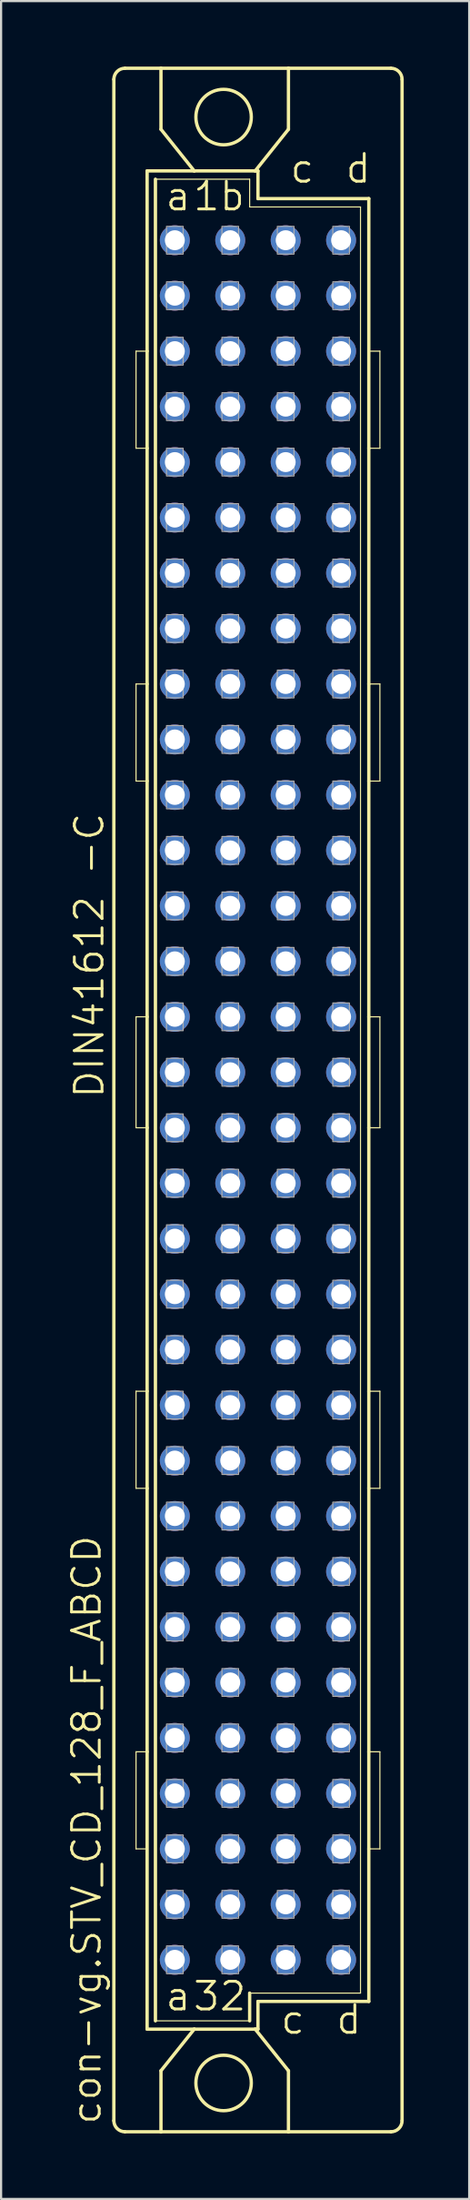
<source format=kicad_pcb>
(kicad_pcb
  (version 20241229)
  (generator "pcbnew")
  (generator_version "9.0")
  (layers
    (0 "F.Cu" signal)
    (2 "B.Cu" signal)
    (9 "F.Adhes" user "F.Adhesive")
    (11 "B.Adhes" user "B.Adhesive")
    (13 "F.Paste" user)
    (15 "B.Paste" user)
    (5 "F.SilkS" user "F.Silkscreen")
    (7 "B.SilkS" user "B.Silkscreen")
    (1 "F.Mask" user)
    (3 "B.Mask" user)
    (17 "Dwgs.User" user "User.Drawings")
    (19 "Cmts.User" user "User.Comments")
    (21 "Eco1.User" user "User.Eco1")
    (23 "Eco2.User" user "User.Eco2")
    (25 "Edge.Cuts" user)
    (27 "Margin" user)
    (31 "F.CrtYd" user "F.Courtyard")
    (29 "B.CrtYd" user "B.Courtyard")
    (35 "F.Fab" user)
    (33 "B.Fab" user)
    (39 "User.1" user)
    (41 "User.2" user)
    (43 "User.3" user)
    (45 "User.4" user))
  (footprint "con-vg.STV_CD_128_F_ABCD"
    (layer "F.Cu")
    (at 7.502 47.32)
    (property "Reference" "con-vg.STV_CD_128_F_ABCD" (at -5.842 46.99 90) (layer "F.SilkS") (effects (font (size 1.27 1.27) (thickness 0.13)) (justify left bottom)))
    (attr through_hole)
    (fp_line (start -5.334 46.736) (end -5.334 -46.736) (stroke (width 0.152) (type default)) (layer "F.SilkS"))
    (fp_line (start -4.826 -47.244) (end -3.175 -47.244) (stroke (width 0.152) (type default)) (layer "F.SilkS"))
    (fp_line (start -4.826 47.244) (end -3.175 47.244) (stroke (width 0.152) (type default)) (layer "F.SilkS"))
    (fp_line (start -4.318 -29.845) (end -4.318 -34.29) (stroke (width 0.051) (type default)) (layer "F.SilkS"))
    (fp_line (start -4.318 -29.845) (end -3.81 -29.845) (stroke (width 0.051) (type default)) (layer "F.SilkS"))
    (fp_line (start -4.318 -14.605) (end -4.318 -19.05) (stroke (width 0.051) (type default)) (layer "F.SilkS"))
    (fp_line (start -4.318 -14.605) (end -3.81 -14.605) (stroke (width 0.051) (type default)) (layer "F.SilkS"))
    (fp_line (start -4.318 1.27) (end -4.318 -3.81) (stroke (width 0.051) (type default)) (layer "F.SilkS"))
    (fp_line (start -4.318 1.27) (end -3.81 1.27) (stroke (width 0.051) (type default)) (layer "F.SilkS"))
    (fp_line (start -4.318 17.78) (end -4.318 13.335) (stroke (width 0.051) (type default)) (layer "F.SilkS"))
    (fp_line (start -4.318 17.78) (end -3.81 17.78) (stroke (width 0.051) (type default)) (layer "F.SilkS"))
    (fp_line (start -4.318 34.29) (end -4.318 29.845) (stroke (width 0.051) (type default)) (layer "F.SilkS"))
    (fp_line (start -4.318 34.29) (end -3.81 34.29) (stroke (width 0.051) (type default)) (layer "F.SilkS"))
    (fp_line (start -3.81 -42.545) (end -3.81 -34.29) (stroke (width 0.152) (type default)) (layer "F.SilkS"))
    (fp_line (start -3.81 -34.29) (end -4.318 -34.29) (stroke (width 0.051) (type default)) (layer "F.SilkS"))
    (fp_line (start -3.81 -34.29) (end -3.81 -29.845) (stroke (width 0.152) (type default)) (layer "F.SilkS"))
    (fp_line (start -3.81 -29.845) (end -3.81 -19.05) (stroke (width 0.152) (type default)) (layer "F.SilkS"))
    (fp_line (start -3.81 -19.05) (end -4.318 -19.05) (stroke (width 0.051) (type default)) (layer "F.SilkS"))
    (fp_line (start -3.81 -19.05) (end -3.81 -14.605) (stroke (width 0.152) (type default)) (layer "F.SilkS"))
    (fp_line (start -3.81 -14.605) (end -3.81 -3.81) (stroke (width 0.152) (type default)) (layer "F.SilkS"))
    (fp_line (start -3.81 -3.81) (end -4.318 -3.81) (stroke (width 0.051) (type default)) (layer "F.SilkS"))
    (fp_line (start -3.81 -3.81) (end -3.81 1.27) (stroke (width 0.152) (type default)) (layer "F.SilkS"))
    (fp_line (start -3.81 1.27) (end -3.81 13.335) (stroke (width 0.152) (type default)) (layer "F.SilkS"))
    (fp_line (start -3.81 13.335) (end -4.318 13.335) (stroke (width 0.051) (type default)) (layer "F.SilkS"))
    (fp_line (start -3.81 13.335) (end -3.81 17.78) (stroke (width 0.152) (type default)) (layer "F.SilkS"))
    (fp_line (start -3.81 17.78) (end -3.81 29.845) (stroke (width 0.152) (type default)) (layer "F.SilkS"))
    (fp_line (start -3.81 29.845) (end -4.318 29.845) (stroke (width 0.051) (type default)) (layer "F.SilkS"))
    (fp_line (start -3.81 29.845) (end -3.81 42.545) (stroke (width 0.152) (type default)) (layer "F.SilkS"))
    (fp_line (start -3.81 42.545) (end -1.651 42.545) (stroke (width 0.152) (type default)) (layer "F.SilkS"))
    (fp_line (start -3.429 -42.164) (end -3.429 42.164) (stroke (width 0.152) (type default)) (layer "F.SilkS"))
    (fp_line (start -3.429 -42.164) (end 0.889 -42.164) (stroke (width 0.051) (type default)) (layer "F.SilkS"))
    (fp_line (start -3.429 42.164) (end 0.889 42.164) (stroke (width 0.051) (type default)) (layer "F.SilkS"))
    (fp_line (start -3.175 -47.244) (end -3.175 -44.45) (stroke (width 0.152) (type default)) (layer "F.SilkS"))
    (fp_line (start -3.175 47.244) (end -3.175 44.45) (stroke (width 0.152) (type default)) (layer "F.SilkS"))
    (fp_line (start -3.175 47.244) (end 2.667 47.244) (stroke (width 0.152) (type default)) (layer "F.SilkS"))
    (fp_line (start -1.651 -42.545) (end -3.81 -42.545) (stroke (width 0.152) (type default)) (layer "F.SilkS"))
    (fp_line (start -1.651 -42.545) (end -3.175 -44.45) (stroke (width 0.152) (type default)) (layer "F.SilkS"))
    (fp_line (start -1.651 42.545) (end -3.175 44.45) (stroke (width 0.152) (type default)) (layer "F.SilkS"))
    (fp_line (start -1.651 42.545) (end 1.143 42.545) (stroke (width 0.152) (type default)) (layer "F.SilkS"))
    (fp_line (start 0.889 -42.164) (end 0.889 -40.894) (stroke (width 0.051) (type default)) (layer "F.SilkS"))
    (fp_line (start 0.889 -40.894) (end 5.969 -40.894) (stroke (width 0.051) (type default)) (layer "F.SilkS"))
    (fp_line (start 0.889 40.894) (end 5.969 40.894) (stroke (width 0.051) (type default)) (layer "F.SilkS"))
    (fp_line (start 0.889 42.164) (end 0.889 40.894) (stroke (width 0.152) (type default)) (layer "F.SilkS"))
    (fp_line (start 1.143 -42.545) (end -1.651 -42.545) (stroke (width 0.152) (type default)) (layer "F.SilkS"))
    (fp_line (start 1.143 -42.545) (end 2.667 -44.45) (stroke (width 0.152) (type default)) (layer "F.SilkS"))
    (fp_line (start 1.143 42.545) (end 1.27 42.545) (stroke (width 0.152) (type default)) (layer "F.SilkS"))
    (fp_line (start 1.143 42.545) (end 2.667 44.45) (stroke (width 0.152) (type default)) (layer "F.SilkS"))
    (fp_line (start 1.27 -42.545) (end 1.143 -42.545) (stroke (width 0.152) (type default)) (layer "F.SilkS"))
    (fp_line (start 1.27 -41.275) (end 1.27 -42.545) (stroke (width 0.152) (type default)) (layer "F.SilkS"))
    (fp_line (start 1.27 41.275) (end 6.35 41.275) (stroke (width 0.152) (type default)) (layer "F.SilkS"))
    (fp_line (start 1.27 42.545) (end 1.27 41.275) (stroke (width 0.152) (type default)) (layer "F.SilkS"))
    (fp_line (start 2.667 -47.244) (end -3.175 -47.244) (stroke (width 0.152) (type default)) (layer "F.SilkS"))
    (fp_line (start 2.667 -47.244) (end 2.667 -44.45) (stroke (width 0.152) (type default)) (layer "F.SilkS"))
    (fp_line (start 2.667 47.244) (end 2.667 44.45) (stroke (width 0.152) (type default)) (layer "F.SilkS"))
    (fp_line (start 2.667 47.244) (end 7.366 47.244) (stroke (width 0.152) (type default)) (layer "F.SilkS"))
    (fp_line (start 5.969 -40.894) (end 5.969 40.894) (stroke (width 0.051) (type default)) (layer "F.SilkS"))
    (fp_line (start 6.35 -41.275) (end 1.27 -41.275) (stroke (width 0.152) (type default)) (layer "F.SilkS"))
    (fp_line (start 6.35 -29.845) (end 6.35 -41.275) (stroke (width 0.152) (type default)) (layer "F.SilkS"))
    (fp_line (start 6.35 -29.845) (end 6.858 -29.845) (stroke (width 0.051) (type default)) (layer "F.SilkS"))
    (fp_line (start 6.35 -19.05) (end 6.35 -29.845) (stroke (width 0.152) (type default)) (layer "F.SilkS"))
    (fp_line (start 6.35 -14.605) (end 6.35 -19.05) (stroke (width 0.152) (type default)) (layer "F.SilkS"))
    (fp_line (start 6.35 -14.605) (end 6.858 -14.605) (stroke (width 0.051) (type default)) (layer "F.SilkS"))
    (fp_line (start 6.35 -3.81) (end 6.35 -14.605) (stroke (width 0.152) (type default)) (layer "F.SilkS"))
    (fp_line (start 6.35 1.27) (end 6.35 -3.81) (stroke (width 0.152) (type default)) (layer "F.SilkS"))
    (fp_line (start 6.35 1.27) (end 6.858 1.27) (stroke (width 0.051) (type default)) (layer "F.SilkS"))
    (fp_line (start 6.35 13.335) (end 6.35 1.27) (stroke (width 0.152) (type default)) (layer "F.SilkS"))
    (fp_line (start 6.35 17.78) (end 6.35 13.335) (stroke (width 0.152) (type default)) (layer "F.SilkS"))
    (fp_line (start 6.35 17.78) (end 6.858 17.78) (stroke (width 0.051) (type default)) (layer "F.SilkS"))
    (fp_line (start 6.35 29.845) (end 6.35 17.78) (stroke (width 0.152) (type default)) (layer "F.SilkS"))
    (fp_line (start 6.35 34.29) (end 6.35 29.845) (stroke (width 0.152) (type default)) (layer "F.SilkS"))
    (fp_line (start 6.35 34.29) (end 6.858 34.29) (stroke (width 0.051) (type default)) (layer "F.SilkS"))
    (fp_line (start 6.35 41.275) (end 6.35 34.29) (stroke (width 0.152) (type default)) (layer "F.SilkS"))
    (fp_line (start 6.858 -34.29) (end 6.35 -34.29) (stroke (width 0.051) (type default)) (layer "F.SilkS"))
    (fp_line (start 6.858 -34.29) (end 6.858 -29.845) (stroke (width 0.051) (type default)) (layer "F.SilkS"))
    (fp_line (start 6.858 -19.05) (end 6.35 -19.05) (stroke (width 0.051) (type default)) (layer "F.SilkS"))
    (fp_line (start 6.858 -19.05) (end 6.858 -14.605) (stroke (width 0.051) (type default)) (layer "F.SilkS"))
    (fp_line (start 6.858 -3.81) (end 6.35 -3.81) (stroke (width 0.051) (type default)) (layer "F.SilkS"))
    (fp_line (start 6.858 -3.81) (end 6.858 1.27) (stroke (width 0.051) (type default)) (layer "F.SilkS"))
    (fp_line (start 6.858 13.335) (end 6.35 13.335) (stroke (width 0.051) (type default)) (layer "F.SilkS"))
    (fp_line (start 6.858 13.335) (end 6.858 17.78) (stroke (width 0.051) (type default)) (layer "F.SilkS"))
    (fp_line (start 6.858 29.845) (end 6.35 29.845) (stroke (width 0.051) (type default)) (layer "F.SilkS"))
    (fp_line (start 6.858 29.845) (end 6.858 34.29) (stroke (width 0.051) (type default)) (layer "F.SilkS"))
    (fp_line (start 7.366 -47.244) (end 2.667 -47.244) (stroke (width 0.152) (type default)) (layer "F.SilkS"))
    (fp_line (start 7.874 46.736) (end 7.874 -46.736) (stroke (width 0.152) (type default)) (layer "F.SilkS"))
    (fp_arc (start -5.334 -46.736) (mid -5.18521 -47.09521) (end -4.826 -47.244) (stroke (width 0.1524) (type default)) (layer "F.SilkS"))
    (fp_arc (start -4.826 47.244) (mid -5.18521 47.09521) (end -5.334 46.736) (stroke (width 0.1524) (type default)) (layer "F.SilkS"))
    (fp_arc (start 7.366 -47.244) (mid 7.72521 -47.09521) (end 7.874 -46.736) (stroke (width 0.1524) (type default)) (layer "F.SilkS"))
    (fp_arc (start 7.874 46.736) (mid 7.72521 47.09521) (end 7.366 47.244) (stroke (width 0.1524) (type default)) (layer "F.SilkS"))
    (fp_circle (center -0.305 -45.009) (end 0.965 -45.009) (stroke (width 0.152) (type default)) (fill no) (layer "F.SilkS"))
    (fp_circle (center -0.305 45.009) (end 0.965 45.009) (stroke (width 0.152) (type default)) (fill no) (layer "F.SilkS"))
    (fp_rect (start -2.921 -38.735) (end -2.159 -40.005) (stroke (width 0.05) (type default)) (fill no) (layer "F.Fab"))
    (fp_rect (start -2.921 -36.195) (end -2.159 -37.465) (stroke (width 0.05) (type default)) (fill no) (layer "F.Fab"))
    (fp_rect (start -2.921 -33.655) (end -2.159 -34.925) (stroke (width 0.05) (type default)) (fill no) (layer "F.Fab"))
    (fp_rect (start -2.921 -31.115) (end -2.159 -32.385) (stroke (width 0.05) (type default)) (fill no) (layer "F.Fab"))
    (fp_rect (start -2.921 -28.575) (end -2.159 -29.845) (stroke (width 0.05) (type default)) (fill no) (layer "F.Fab"))
    (fp_rect (start -2.921 -26.035) (end -2.159 -27.305) (stroke (width 0.05) (type default)) (fill no) (layer "F.Fab"))
    (fp_rect (start -2.921 -23.495) (end -2.159 -24.765) (stroke (width 0.05) (type default)) (fill no) (layer "F.Fab"))
    (fp_rect (start -2.921 -20.955) (end -2.159 -22.225) (stroke (width 0.05) (type default)) (fill no) (layer "F.Fab"))
    (fp_rect (start -2.921 -18.415) (end -2.159 -19.685) (stroke (width 0.05) (type default)) (fill no) (layer "F.Fab"))
    (fp_rect (start -2.921 -15.875) (end -2.159 -17.145) (stroke (width 0.05) (type default)) (fill no) (layer "F.Fab"))
    (fp_rect (start -2.921 -13.335) (end -2.159 -14.605) (stroke (width 0.05) (type default)) (fill no) (layer "F.Fab"))
    (fp_rect (start -2.921 -10.795) (end -2.159 -12.065) (stroke (width 0.05) (type default)) (fill no) (layer "F.Fab"))
    (fp_rect (start -2.921 -8.255) (end -2.159 -9.525) (stroke (width 0.05) (type default)) (fill no) (layer "F.Fab"))
    (fp_rect (start -2.921 -5.715) (end -2.159 -6.985) (stroke (width 0.05) (type default)) (fill no) (layer "F.Fab"))
    (fp_rect (start -2.921 -3.175) (end -2.159 -4.445) (stroke (width 0.05) (type default)) (fill no) (layer "F.Fab"))
    (fp_rect (start -2.921 -0.635) (end -2.159 -1.905) (stroke (width 0.05) (type default)) (fill no) (layer "F.Fab"))
    (fp_rect (start -2.921 1.905) (end -2.159 0.635) (stroke (width 0.05) (type default)) (fill no) (layer "F.Fab"))
    (fp_rect (start -2.921 4.445) (end -2.159 3.175) (stroke (width 0.05) (type default)) (fill no) (layer "F.Fab"))
    (fp_rect (start -2.921 6.985) (end -2.159 5.715) (stroke (width 0.05) (type default)) (fill no) (layer "F.Fab"))
    (fp_rect (start -2.921 9.525) (end -2.159 8.255) (stroke (width 0.05) (type default)) (fill no) (layer "F.Fab"))
    (fp_rect (start -2.921 12.065) (end -2.159 10.795) (stroke (width 0.05) (type default)) (fill no) (layer "F.Fab"))
    (fp_rect (start -2.921 14.605) (end -2.159 13.335) (stroke (width 0.05) (type default)) (fill no) (layer "F.Fab"))
    (fp_rect (start -2.921 17.145) (end -2.159 15.875) (stroke (width 0.05) (type default)) (fill no) (layer "F.Fab"))
    (fp_rect (start -2.921 19.685) (end -2.159 18.415) (stroke (width 0.05) (type default)) (fill no) (layer "F.Fab"))
    (fp_rect (start -2.921 22.225) (end -2.159 20.955) (stroke (width 0.05) (type default)) (fill no) (layer "F.Fab"))
    (fp_rect (start -2.921 24.765) (end -2.159 23.495) (stroke (width 0.05) (type default)) (fill no) (layer "F.Fab"))
    (fp_rect (start -2.921 27.305) (end -2.159 26.035) (stroke (width 0.05) (type default)) (fill no) (layer "F.Fab"))
    (fp_rect (start -2.921 29.845) (end -2.159 28.575) (stroke (width 0.05) (type default)) (fill no) (layer "F.Fab"))
    (fp_rect (start -2.921 32.385) (end -2.159 31.115) (stroke (width 0.05) (type default)) (fill no) (layer "F.Fab"))
    (fp_rect (start -2.921 34.925) (end -2.159 33.655) (stroke (width 0.05) (type default)) (fill no) (layer "F.Fab"))
    (fp_rect (start -2.921 37.465) (end -2.159 36.195) (stroke (width 0.05) (type default)) (fill no) (layer "F.Fab"))
    (fp_rect (start -2.921 40.005) (end -2.159 38.735) (stroke (width 0.05) (type default)) (fill no) (layer "F.Fab"))
    (fp_rect (start -0.381 -38.735) (end 0.381 -40.005) (stroke (width 0.05) (type default)) (fill no) (layer "F.Fab"))
    (fp_rect (start -0.381 -36.195) (end 0.381 -37.465) (stroke (width 0.05) (type default)) (fill no) (layer "F.Fab"))
    (fp_rect (start -0.381 -33.655) (end 0.381 -34.925) (stroke (width 0.05) (type default)) (fill no) (layer "F.Fab"))
    (fp_rect (start -0.381 -31.115) (end 0.381 -32.385) (stroke (width 0.05) (type default)) (fill no) (layer "F.Fab"))
    (fp_rect (start -0.381 -28.575) (end 0.381 -29.845) (stroke (width 0.05) (type default)) (fill no) (layer "F.Fab"))
    (fp_rect (start -0.381 -26.035) (end 0.381 -27.305) (stroke (width 0.05) (type default)) (fill no) (layer "F.Fab"))
    (fp_rect (start -0.381 -23.495) (end 0.381 -24.765) (stroke (width 0.05) (type default)) (fill no) (layer "F.Fab"))
    (fp_rect (start -0.381 -20.955) (end 0.381 -22.225) (stroke (width 0.05) (type default)) (fill no) (layer "F.Fab"))
    (fp_rect (start -0.381 -18.415) (end 0.381 -19.685) (stroke (width 0.05) (type default)) (fill no) (layer "F.Fab"))
    (fp_rect (start -0.381 -15.875) (end 0.381 -17.145) (stroke (width 0.05) (type default)) (fill no) (layer "F.Fab"))
    (fp_rect (start -0.381 -13.335) (end 0.381 -14.605) (stroke (width 0.05) (type default)) (fill no) (layer "F.Fab"))
    (fp_rect (start -0.381 -10.795) (end 0.381 -12.065) (stroke (width 0.05) (type default)) (fill no) (layer "F.Fab"))
    (fp_rect (start -0.381 -8.255) (end 0.381 -9.525) (stroke (width 0.05) (type default)) (fill no) (layer "F.Fab"))
    (fp_rect (start -0.381 -5.715) (end 0.381 -6.985) (stroke (width 0.05) (type default)) (fill no) (layer "F.Fab"))
    (fp_rect (start -0.381 -3.175) (end 0.381 -4.445) (stroke (width 0.05) (type default)) (fill no) (layer "F.Fab"))
    (fp_rect (start -0.381 -0.635) (end 0.381 -1.905) (stroke (width 0.05) (type default)) (fill no) (layer "F.Fab"))
    (fp_rect (start -0.381 1.905) (end 0.381 0.635) (stroke (width 0.05) (type default)) (fill no) (layer "F.Fab"))
    (fp_rect (start -0.381 4.445) (end 0.381 3.175) (stroke (width 0.05) (type default)) (fill no) (layer "F.Fab"))
    (fp_rect (start -0.381 6.985) (end 0.381 5.715) (stroke (width 0.05) (type default)) (fill no) (layer "F.Fab"))
    (fp_rect (start -0.381 9.525) (end 0.381 8.255) (stroke (width 0.05) (type default)) (fill no) (layer "F.Fab"))
    (fp_rect (start -0.381 12.065) (end 0.381 10.795) (stroke (width 0.05) (type default)) (fill no) (layer "F.Fab"))
    (fp_rect (start -0.381 14.605) (end 0.381 13.335) (stroke (width 0.05) (type default)) (fill no) (layer "F.Fab"))
    (fp_rect (start -0.381 17.145) (end 0.381 15.875) (stroke (width 0.05) (type default)) (fill no) (layer "F.Fab"))
    (fp_rect (start -0.381 19.685) (end 0.381 18.415) (stroke (width 0.05) (type default)) (fill no) (layer "F.Fab"))
    (fp_rect (start -0.381 22.225) (end 0.381 20.955) (stroke (width 0.05) (type default)) (fill no) (layer "F.Fab"))
    (fp_rect (start -0.381 24.765) (end 0.381 23.495) (stroke (width 0.05) (type default)) (fill no) (layer "F.Fab"))
    (fp_rect (start -0.381 27.305) (end 0.381 26.035) (stroke (width 0.05) (type default)) (fill no) (layer "F.Fab"))
    (fp_rect (start -0.381 29.845) (end 0.381 28.575) (stroke (width 0.05) (type default)) (fill no) (layer "F.Fab"))
    (fp_rect (start -0.381 32.385) (end 0.381 31.115) (stroke (width 0.05) (type default)) (fill no) (layer "F.Fab"))
    (fp_rect (start -0.381 34.925) (end 0.381 33.655) (stroke (width 0.05) (type default)) (fill no) (layer "F.Fab"))
    (fp_rect (start -0.381 37.465) (end 0.381 36.195) (stroke (width 0.05) (type default)) (fill no) (layer "F.Fab"))
    (fp_rect (start -0.381 40.005) (end 0.381 38.735) (stroke (width 0.05) (type default)) (fill no) (layer "F.Fab"))
    (fp_rect (start 2.159 -38.735) (end 2.921 -40.005) (stroke (width 0.05) (type default)) (fill no) (layer "F.Fab"))
    (fp_rect (start 2.159 -36.195) (end 2.921 -37.465) (stroke (width 0.05) (type default)) (fill no) (layer "F.Fab"))
    (fp_rect (start 2.159 -33.655) (end 2.921 -34.925) (stroke (width 0.05) (type default)) (fill no) (layer "F.Fab"))
    (fp_rect (start 2.159 -31.115) (end 2.921 -32.385) (stroke (width 0.05) (type default)) (fill no) (layer "F.Fab"))
    (fp_rect (start 2.159 -28.575) (end 2.921 -29.845) (stroke (width 0.05) (type default)) (fill no) (layer "F.Fab"))
    (fp_rect (start 2.159 -26.035) (end 2.921 -27.305) (stroke (width 0.05) (type default)) (fill no) (layer "F.Fab"))
    (fp_rect (start 2.159 -23.495) (end 2.921 -24.765) (stroke (width 0.05) (type default)) (fill no) (layer "F.Fab"))
    (fp_rect (start 2.159 -20.955) (end 2.921 -22.225) (stroke (width 0.05) (type default)) (fill no) (layer "F.Fab"))
    (fp_rect (start 2.159 -18.415) (end 2.921 -19.685) (stroke (width 0.05) (type default)) (fill no) (layer "F.Fab"))
    (fp_rect (start 2.159 -15.875) (end 2.921 -17.145) (stroke (width 0.05) (type default)) (fill no) (layer "F.Fab"))
    (fp_rect (start 2.159 -13.335) (end 2.921 -14.605) (stroke (width 0.05) (type default)) (fill no) (layer "F.Fab"))
    (fp_rect (start 2.159 -10.795) (end 2.921 -12.065) (stroke (width 0.05) (type default)) (fill no) (layer "F.Fab"))
    (fp_rect (start 2.159 -8.255) (end 2.921 -9.525) (stroke (width 0.05) (type default)) (fill no) (layer "F.Fab"))
    (fp_rect (start 2.159 -5.715) (end 2.921 -6.985) (stroke (width 0.05) (type default)) (fill no) (layer "F.Fab"))
    (fp_rect (start 2.159 -3.175) (end 2.921 -4.445) (stroke (width 0.05) (type default)) (fill no) (layer "F.Fab"))
    (fp_rect (start 2.159 -0.635) (end 2.921 -1.905) (stroke (width 0.05) (type default)) (fill no) (layer "F.Fab"))
    (fp_rect (start 2.159 1.905) (end 2.921 0.635) (stroke (width 0.05) (type default)) (fill no) (layer "F.Fab"))
    (fp_rect (start 2.159 4.445) (end 2.921 3.175) (stroke (width 0.05) (type default)) (fill no) (layer "F.Fab"))
    (fp_rect (start 2.159 6.985) (end 2.921 5.715) (stroke (width 0.05) (type default)) (fill no) (layer "F.Fab"))
    (fp_rect (start 2.159 9.525) (end 2.921 8.255) (stroke (width 0.05) (type default)) (fill no) (layer "F.Fab"))
    (fp_rect (start 2.159 12.065) (end 2.921 10.795) (stroke (width 0.05) (type default)) (fill no) (layer "F.Fab"))
    (fp_rect (start 2.159 14.605) (end 2.921 13.335) (stroke (width 0.05) (type default)) (fill no) (layer "F.Fab"))
    (fp_rect (start 2.159 17.145) (end 2.921 15.875) (stroke (width 0.05) (type default)) (fill no) (layer "F.Fab"))
    (fp_rect (start 2.159 19.685) (end 2.921 18.415) (stroke (width 0.05) (type default)) (fill no) (layer "F.Fab"))
    (fp_rect (start 2.159 22.225) (end 2.921 20.955) (stroke (width 0.05) (type default)) (fill no) (layer "F.Fab"))
    (fp_rect (start 2.159 24.765) (end 2.921 23.495) (stroke (width 0.05) (type default)) (fill no) (layer "F.Fab"))
    (fp_rect (start 2.159 27.305) (end 2.921 26.035) (stroke (width 0.05) (type default)) (fill no) (layer "F.Fab"))
    (fp_rect (start 2.159 29.845) (end 2.921 28.575) (stroke (width 0.05) (type default)) (fill no) (layer "F.Fab"))
    (fp_rect (start 2.159 32.385) (end 2.921 31.115) (stroke (width 0.05) (type default)) (fill no) (layer "F.Fab"))
    (fp_rect (start 2.159 34.925) (end 2.921 33.655) (stroke (width 0.05) (type default)) (fill no) (layer "F.Fab"))
    (fp_rect (start 2.159 37.465) (end 2.921 36.195) (stroke (width 0.05) (type default)) (fill no) (layer "F.Fab"))
    (fp_rect (start 2.159 40.005) (end 2.921 38.735) (stroke (width 0.05) (type default)) (fill no) (layer "F.Fab"))
    (fp_rect (start 4.699 -38.735) (end 5.461 -40.005) (stroke (width 0.05) (type default)) (fill no) (layer "F.Fab"))
    (fp_rect (start 4.699 -36.195) (end 5.461 -37.465) (stroke (width 0.05) (type default)) (fill no) (layer "F.Fab"))
    (fp_rect (start 4.699 -33.655) (end 5.461 -34.925) (stroke (width 0.05) (type default)) (fill no) (layer "F.Fab"))
    (fp_rect (start 4.699 -31.115) (end 5.461 -32.385) (stroke (width 0.05) (type default)) (fill no) (layer "F.Fab"))
    (fp_rect (start 4.699 -28.575) (end 5.461 -29.845) (stroke (width 0.05) (type default)) (fill no) (layer "F.Fab"))
    (fp_rect (start 4.699 -26.035) (end 5.461 -27.305) (stroke (width 0.05) (type default)) (fill no) (layer "F.Fab"))
    (fp_rect (start 4.699 -23.495) (end 5.461 -24.765) (stroke (width 0.05) (type default)) (fill no) (layer "F.Fab"))
    (fp_rect (start 4.699 -20.955) (end 5.461 -22.225) (stroke (width 0.05) (type default)) (fill no) (layer "F.Fab"))
    (fp_rect (start 4.699 -18.415) (end 5.461 -19.685) (stroke (width 0.05) (type default)) (fill no) (layer "F.Fab"))
    (fp_rect (start 4.699 -15.875) (end 5.461 -17.145) (stroke (width 0.05) (type default)) (fill no) (layer "F.Fab"))
    (fp_rect (start 4.699 -13.335) (end 5.461 -14.605) (stroke (width 0.05) (type default)) (fill no) (layer "F.Fab"))
    (fp_rect (start 4.699 -10.795) (end 5.461 -12.065) (stroke (width 0.05) (type default)) (fill no) (layer "F.Fab"))
    (fp_rect (start 4.699 -8.255) (end 5.461 -9.525) (stroke (width 0.05) (type default)) (fill no) (layer "F.Fab"))
    (fp_rect (start 4.699 -5.715) (end 5.461 -6.985) (stroke (width 0.05) (type default)) (fill no) (layer "F.Fab"))
    (fp_rect (start 4.699 -3.175) (end 5.461 -4.445) (stroke (width 0.05) (type default)) (fill no) (layer "F.Fab"))
    (fp_rect (start 4.699 -0.635) (end 5.461 -1.905) (stroke (width 0.05) (type default)) (fill no) (layer "F.Fab"))
    (fp_rect (start 4.699 1.905) (end 5.461 0.635) (stroke (width 0.05) (type default)) (fill no) (layer "F.Fab"))
    (fp_rect (start 4.699 4.445) (end 5.461 3.175) (stroke (width 0.05) (type default)) (fill no) (layer "F.Fab"))
    (fp_rect (start 4.699 6.985) (end 5.461 5.715) (stroke (width 0.05) (type default)) (fill no) (layer "F.Fab"))
    (fp_rect (start 4.699 9.525) (end 5.461 8.255) (stroke (width 0.05) (type default)) (fill no) (layer "F.Fab"))
    (fp_rect (start 4.699 12.065) (end 5.461 10.795) (stroke (width 0.05) (type default)) (fill no) (layer "F.Fab"))
    (fp_rect (start 4.699 14.605) (end 5.461 13.335) (stroke (width 0.05) (type default)) (fill no) (layer "F.Fab"))
    (fp_rect (start 4.699 17.145) (end 5.461 15.875) (stroke (width 0.05) (type default)) (fill no) (layer "F.Fab"))
    (fp_rect (start 4.699 19.685) (end 5.461 18.415) (stroke (width 0.05) (type default)) (fill no) (layer "F.Fab"))
    (fp_rect (start 4.699 22.225) (end 5.461 20.955) (stroke (width 0.05) (type default)) (fill no) (layer "F.Fab"))
    (fp_rect (start 4.699 24.765) (end 5.461 23.495) (stroke (width 0.05) (type default)) (fill no) (layer "F.Fab"))
    (fp_rect (start 4.699 27.305) (end 5.461 26.035) (stroke (width 0.05) (type default)) (fill no) (layer "F.Fab"))
    (fp_rect (start 4.699 29.845) (end 5.461 28.575) (stroke (width 0.05) (type default)) (fill no) (layer "F.Fab"))
    (fp_rect (start 4.699 32.385) (end 5.461 31.115) (stroke (width 0.05) (type default)) (fill no) (layer "F.Fab"))
    (fp_rect (start 4.699 34.925) (end 5.461 33.655) (stroke (width 0.05) (type default)) (fill no) (layer "F.Fab"))
    (fp_rect (start 4.699 37.465) (end 5.461 36.195) (stroke (width 0.05) (type default)) (fill no) (layer "F.Fab"))
    (fp_rect (start 4.699 40.005) (end 5.461 38.735) (stroke (width 0.05) (type default)) (fill no) (layer "F.Fab"))
    (fp_text user "d" (at 5.207 -41.91 0) (layer "F.SilkS") (effects (font (size 1.27 1.27) (thickness 0.13)) (justify left bottom)))
    (fp_text user "1b" (at -1.778 -40.64 0) (layer "F.SilkS") (effects (font (size 1.27 1.27) (thickness 0.13)) (justify left bottom)))
    (fp_text user "DIN41612 -C" (at -5.715 0 90) (layer "F.SilkS") (effects (font (size 1.27 1.27) (thickness 0.13)) (justify left bottom)))
    (fp_text user "a" (at -3.048 41.783 0) (layer "F.SilkS") (effects (font (size 1.27 1.27) (thickness 0.13)) (justify left bottom)))
    (fp_text user "32" (at -1.778 41.783 0) (layer "F.SilkS") (effects (font (size 1.27 1.27) (thickness 0.13)) (justify left bottom)))
    (fp_text user "c" (at 2.237 42.853 0) (layer "F.SilkS") (effects (font (size 1.27 1.27) (thickness 0.13)) (justify left bottom)))
    (fp_text user "c" (at 2.667 -41.91 0) (layer "F.SilkS") (effects (font (size 1.27 1.27) (thickness 0.13)) (justify left bottom)))
    (fp_text user "a" (at -3.048 -40.64 0) (layer "F.SilkS") (effects (font (size 1.27 1.27) (thickness 0.13)) (justify left bottom)))
    (fp_text user "d" (at 4.777 42.853 0) (layer "F.SilkS") (effects (font (size 1.27 1.27) (thickness 0.13)) (justify left bottom)))
    (pad "A1" thru_hole circle (at -2.54 -39.37) (size 1.372 1.372) (drill 0.914) (layers "*.Cu" "*.Mask"))
    (pad "A2" thru_hole circle (at -2.54 -36.83) (size 1.372 1.372) (drill 0.914) (layers "*.Cu" "*.Mask"))
    (pad "A3" thru_hole circle (at -2.54 -34.29) (size 1.372 1.372) (drill 0.914) (layers "*.Cu" "*.Mask"))
    (pad "A4" thru_hole circle (at -2.54 -31.75) (size 1.372 1.372) (drill 0.914) (layers "*.Cu" "*.Mask"))
    (pad "A5" thru_hole circle (at -2.54 -29.21) (size 1.372 1.372) (drill 0.914) (layers "*.Cu" "*.Mask"))
    (pad "A6" thru_hole circle (at -2.54 -26.67) (size 1.372 1.372) (drill 0.914) (layers "*.Cu" "*.Mask"))
    (pad "A7" thru_hole circle (at -2.54 -24.13) (size 1.372 1.372) (drill 0.914) (layers "*.Cu" "*.Mask"))
    (pad "A8" thru_hole circle (at -2.54 -21.59) (size 1.372 1.372) (drill 0.914) (layers "*.Cu" "*.Mask"))
    (pad "A9" thru_hole circle (at -2.54 -19.05) (size 1.372 1.372) (drill 0.914) (layers "*.Cu" "*.Mask"))
    (pad "A10" thru_hole circle (at -2.54 -16.51) (size 1.372 1.372) (drill 0.914) (layers "*.Cu" "*.Mask"))
    (pad "A11" thru_hole circle (at -2.54 -13.97) (size 1.372 1.372) (drill 0.914) (layers "*.Cu" "*.Mask"))
    (pad "A12" thru_hole circle (at -2.54 -11.43) (size 1.372 1.372) (drill 0.914) (layers "*.Cu" "*.Mask"))
    (pad "A13" thru_hole circle (at -2.54 -8.89) (size 1.372 1.372) (drill 0.914) (layers "*.Cu" "*.Mask"))
    (pad "A14" thru_hole circle (at -2.54 -6.35) (size 1.372 1.372) (drill 0.914) (layers "*.Cu" "*.Mask"))
    (pad "A15" thru_hole circle (at -2.54 -3.81) (size 1.372 1.372) (drill 0.914) (layers "*.Cu" "*.Mask"))
    (pad "A16" thru_hole circle (at -2.54 -1.27) (size 1.372 1.372) (drill 0.914) (layers "*.Cu" "*.Mask"))
    (pad "A17" thru_hole circle (at -2.54 1.27) (size 1.372 1.372) (drill 0.914) (layers "*.Cu" "*.Mask"))
    (pad "A18" thru_hole circle (at -2.54 3.81) (size 1.372 1.372) (drill 0.914) (layers "*.Cu" "*.Mask"))
    (pad "A19" thru_hole circle (at -2.54 6.35) (size 1.372 1.372) (drill 0.914) (layers "*.Cu" "*.Mask"))
    (pad "A20" thru_hole circle (at -2.54 8.89) (size 1.372 1.372) (drill 0.914) (layers "*.Cu" "*.Mask"))
    (pad "A21" thru_hole circle (at -2.54 11.43) (size 1.372 1.372) (drill 0.914) (layers "*.Cu" "*.Mask"))
    (pad "A22" thru_hole circle (at -2.54 13.97) (size 1.372 1.372) (drill 0.914) (layers "*.Cu" "*.Mask"))
    (pad "A23" thru_hole circle (at -2.54 16.51) (size 1.372 1.372) (drill 0.914) (layers "*.Cu" "*.Mask"))
    (pad "A24" thru_hole circle (at -2.54 19.05) (size 1.372 1.372) (drill 0.914) (layers "*.Cu" "*.Mask"))
    (pad "A25" thru_hole circle (at -2.54 21.59) (size 1.372 1.372) (drill 0.914) (layers "*.Cu" "*.Mask"))
    (pad "A26" thru_hole circle (at -2.54 24.13) (size 1.372 1.372) (drill 0.914) (layers "*.Cu" "*.Mask"))
    (pad "A27" thru_hole circle (at -2.54 26.67) (size 1.372 1.372) (drill 0.914) (layers "*.Cu" "*.Mask"))
    (pad "A28" thru_hole circle (at -2.54 29.21) (size 1.372 1.372) (drill 0.914) (layers "*.Cu" "*.Mask"))
    (pad "A29" thru_hole circle (at -2.54 31.75) (size 1.372 1.372) (drill 0.914) (layers "*.Cu" "*.Mask"))
    (pad "A30" thru_hole circle (at -2.54 34.29) (size 1.372 1.372) (drill 0.914) (layers "*.Cu" "*.Mask"))
    (pad "A31" thru_hole circle (at -2.54 36.83) (size 1.372 1.372) (drill 0.914) (layers "*.Cu" "*.Mask"))
    (pad "A32" thru_hole circle (at -2.54 39.37) (size 1.372 1.372) (drill 0.914) (layers "*.Cu" "*.Mask"))
    (pad "B1" thru_hole circle (at 0 -39.37) (size 1.372 1.372) (drill 0.914) (layers "*.Cu" "*.Mask"))
    (pad "B2" thru_hole circle (at 0 -36.83) (size 1.372 1.372) (drill 0.914) (layers "*.Cu" "*.Mask"))
    (pad "B3" thru_hole circle (at 0 -34.29) (size 1.372 1.372) (drill 0.914) (layers "*.Cu" "*.Mask"))
    (pad "B4" thru_hole circle (at 0 -31.75) (size 1.372 1.372) (drill 0.914) (layers "*.Cu" "*.Mask"))
    (pad "B5" thru_hole circle (at 0 -29.21) (size 1.372 1.372) (drill 0.914) (layers "*.Cu" "*.Mask"))
    (pad "B6" thru_hole circle (at 0 -26.67) (size 1.372 1.372) (drill 0.914) (layers "*.Cu" "*.Mask"))
    (pad "B7" thru_hole circle (at 0 -24.13) (size 1.372 1.372) (drill 0.914) (layers "*.Cu" "*.Mask"))
    (pad "B8" thru_hole circle (at 0 -21.59) (size 1.372 1.372) (drill 0.914) (layers "*.Cu" "*.Mask"))
    (pad "B9" thru_hole circle (at 0 -19.05) (size 1.372 1.372) (drill 0.914) (layers "*.Cu" "*.Mask"))
    (pad "B10" thru_hole circle (at 0 -16.51) (size 1.372 1.372) (drill 0.914) (layers "*.Cu" "*.Mask"))
    (pad "B11" thru_hole circle (at 0 -13.97) (size 1.372 1.372) (drill 0.914) (layers "*.Cu" "*.Mask"))
    (pad "B12" thru_hole circle (at 0 -11.43) (size 1.372 1.372) (drill 0.914) (layers "*.Cu" "*.Mask"))
    (pad "B13" thru_hole circle (at 0 -8.89) (size 1.372 1.372) (drill 0.914) (layers "*.Cu" "*.Mask"))
    (pad "B14" thru_hole circle (at 0 -6.35) (size 1.372 1.372) (drill 0.914) (layers "*.Cu" "*.Mask"))
    (pad "B15" thru_hole circle (at 0 -3.81) (size 1.372 1.372) (drill 0.914) (layers "*.Cu" "*.Mask"))
    (pad "B16" thru_hole circle (at 0 -1.27) (size 1.372 1.372) (drill 0.914) (layers "*.Cu" "*.Mask"))
    (pad "B17" thru_hole circle (at 0 1.27) (size 1.372 1.372) (drill 0.914) (layers "*.Cu" "*.Mask"))
    (pad "B18" thru_hole circle (at 0 3.81) (size 1.372 1.372) (drill 0.914) (layers "*.Cu" "*.Mask"))
    (pad "B19" thru_hole circle (at 0 6.35) (size 1.372 1.372) (drill 0.914) (layers "*.Cu" "*.Mask"))
    (pad "B20" thru_hole circle (at 0 8.89) (size 1.372 1.372) (drill 0.914) (layers "*.Cu" "*.Mask"))
    (pad "B21" thru_hole circle (at 0 11.43) (size 1.372 1.372) (drill 0.914) (layers "*.Cu" "*.Mask"))
    (pad "B22" thru_hole circle (at 0 13.97) (size 1.372 1.372) (drill 0.914) (layers "*.Cu" "*.Mask"))
    (pad "B23" thru_hole circle (at 0 16.51) (size 1.372 1.372) (drill 0.914) (layers "*.Cu" "*.Mask"))
    (pad "B24" thru_hole circle (at 0 19.05) (size 1.372 1.372) (drill 0.914) (layers "*.Cu" "*.Mask"))
    (pad "B25" thru_hole circle (at 0 21.59) (size 1.372 1.372) (drill 0.914) (layers "*.Cu" "*.Mask"))
    (pad "B26" thru_hole circle (at 0 24.13) (size 1.372 1.372) (drill 0.914) (layers "*.Cu" "*.Mask"))
    (pad "B27" thru_hole circle (at 0 26.67) (size 1.372 1.372) (drill 0.914) (layers "*.Cu" "*.Mask"))
    (pad "B28" thru_hole circle (at 0 29.21) (size 1.372 1.372) (drill 0.914) (layers "*.Cu" "*.Mask"))
    (pad "B29" thru_hole circle (at 0 31.75) (size 1.372 1.372) (drill 0.914) (layers "*.Cu" "*.Mask"))
    (pad "B30" thru_hole circle (at 0 34.29) (size 1.372 1.372) (drill 0.914) (layers "*.Cu" "*.Mask"))
    (pad "B31" thru_hole circle (at 0 36.83) (size 1.372 1.372) (drill 0.914) (layers "*.Cu" "*.Mask"))
    (pad "B32" thru_hole circle (at 0 39.37) (size 1.372 1.372) (drill 0.914) (layers "*.Cu" "*.Mask"))
    (pad "C1" thru_hole circle (at 2.54 -39.37) (size 1.372 1.372) (drill 0.914) (layers "*.Cu" "*.Mask"))
    (pad "C2" thru_hole circle (at 2.54 -36.83) (size 1.372 1.372) (drill 0.914) (layers "*.Cu" "*.Mask"))
    (pad "C3" thru_hole circle (at 2.54 -34.29) (size 1.372 1.372) (drill 0.914) (layers "*.Cu" "*.Mask"))
    (pad "C4" thru_hole circle (at 2.54 -31.75) (size 1.372 1.372) (drill 0.914) (layers "*.Cu" "*.Mask"))
    (pad "C5" thru_hole circle (at 2.54 -29.21) (size 1.372 1.372) (drill 0.914) (layers "*.Cu" "*.Mask"))
    (pad "C6" thru_hole circle (at 2.54 -26.67) (size 1.372 1.372) (drill 0.914) (layers "*.Cu" "*.Mask"))
    (pad "C7" thru_hole circle (at 2.54 -24.13) (size 1.372 1.372) (drill 0.914) (layers "*.Cu" "*.Mask"))
    (pad "C8" thru_hole circle (at 2.54 -21.59) (size 1.372 1.372) (drill 0.914) (layers "*.Cu" "*.Mask"))
    (pad "C9" thru_hole circle (at 2.54 -19.05) (size 1.372 1.372) (drill 0.914) (layers "*.Cu" "*.Mask"))
    (pad "C10" thru_hole circle (at 2.54 -16.51) (size 1.372 1.372) (drill 0.914) (layers "*.Cu" "*.Mask"))
    (pad "C11" thru_hole circle (at 2.54 -13.97) (size 1.372 1.372) (drill 0.914) (layers "*.Cu" "*.Mask"))
    (pad "C12" thru_hole circle (at 2.54 -11.43) (size 1.372 1.372) (drill 0.914) (layers "*.Cu" "*.Mask"))
    (pad "C13" thru_hole circle (at 2.54 -8.89) (size 1.372 1.372) (drill 0.914) (layers "*.Cu" "*.Mask"))
    (pad "C14" thru_hole circle (at 2.54 -6.35) (size 1.372 1.372) (drill 0.914) (layers "*.Cu" "*.Mask"))
    (pad "C15" thru_hole circle (at 2.54 -3.81) (size 1.372 1.372) (drill 0.914) (layers "*.Cu" "*.Mask"))
    (pad "C16" thru_hole circle (at 2.54 -1.27) (size 1.372 1.372) (drill 0.914) (layers "*.Cu" "*.Mask"))
    (pad "C17" thru_hole circle (at 2.54 1.27) (size 1.372 1.372) (drill 0.914) (layers "*.Cu" "*.Mask"))
    (pad "C18" thru_hole circle (at 2.54 3.81) (size 1.372 1.372) (drill 0.914) (layers "*.Cu" "*.Mask"))
    (pad "C19" thru_hole circle (at 2.54 6.35) (size 1.372 1.372) (drill 0.914) (layers "*.Cu" "*.Mask"))
    (pad "C20" thru_hole circle (at 2.54 8.89) (size 1.372 1.372) (drill 0.914) (layers "*.Cu" "*.Mask"))
    (pad "C21" thru_hole circle (at 2.54 11.43) (size 1.372 1.372) (drill 0.914) (layers "*.Cu" "*.Mask"))
    (pad "C22" thru_hole circle (at 2.54 13.97) (size 1.372 1.372) (drill 0.914) (layers "*.Cu" "*.Mask"))
    (pad "C23" thru_hole circle (at 2.54 16.51) (size 1.372 1.372) (drill 0.914) (layers "*.Cu" "*.Mask"))
    (pad "C24" thru_hole circle (at 2.54 19.05) (size 1.372 1.372) (drill 0.914) (layers "*.Cu" "*.Mask"))
    (pad "C25" thru_hole circle (at 2.54 21.59) (size 1.372 1.372) (drill 0.914) (layers "*.Cu" "*.Mask"))
    (pad "C26" thru_hole circle (at 2.54 24.13) (size 1.372 1.372) (drill 0.914) (layers "*.Cu" "*.Mask"))
    (pad "C27" thru_hole circle (at 2.54 26.67) (size 1.372 1.372) (drill 0.914) (layers "*.Cu" "*.Mask"))
    (pad "C28" thru_hole circle (at 2.54 29.21) (size 1.372 1.372) (drill 0.914) (layers "*.Cu" "*.Mask"))
    (pad "C29" thru_hole circle (at 2.54 31.75) (size 1.372 1.372) (drill 0.914) (layers "*.Cu" "*.Mask"))
    (pad "C30" thru_hole circle (at 2.54 34.29) (size 1.372 1.372) (drill 0.914) (layers "*.Cu" "*.Mask"))
    (pad "C31" thru_hole circle (at 2.54 36.83) (size 1.372 1.372) (drill 0.914) (layers "*.Cu" "*.Mask"))
    (pad "C32" thru_hole circle (at 2.54 39.37) (size 1.372 1.372) (drill 0.914) (layers "*.Cu" "*.Mask"))
    (pad "D1" thru_hole circle (at 5.08 -39.37) (size 1.372 1.372) (drill 0.914) (layers "*.Cu" "*.Mask"))
    (pad "D2" thru_hole circle (at 5.08 -36.83) (size 1.372 1.372) (drill 0.914) (layers "*.Cu" "*.Mask"))
    (pad "D3" thru_hole circle (at 5.08 -34.29) (size 1.372 1.372) (drill 0.914) (layers "*.Cu" "*.Mask"))
    (pad "D4" thru_hole circle (at 5.08 -31.75) (size 1.372 1.372) (drill 0.914) (layers "*.Cu" "*.Mask"))
    (pad "D5" thru_hole circle (at 5.08 -29.21) (size 1.372 1.372) (drill 0.914) (layers "*.Cu" "*.Mask"))
    (pad "D6" thru_hole circle (at 5.08 -26.67) (size 1.372 1.372) (drill 0.914) (layers "*.Cu" "*.Mask"))
    (pad "D7" thru_hole circle (at 5.08 -24.13) (size 1.372 1.372) (drill 0.914) (layers "*.Cu" "*.Mask"))
    (pad "D8" thru_hole circle (at 5.08 -21.59) (size 1.372 1.372) (drill 0.914) (layers "*.Cu" "*.Mask"))
    (pad "D9" thru_hole circle (at 5.08 -19.05) (size 1.372 1.372) (drill 0.914) (layers "*.Cu" "*.Mask"))
    (pad "D10" thru_hole circle (at 5.08 -16.51) (size 1.372 1.372) (drill 0.914) (layers "*.Cu" "*.Mask"))
    (pad "D11" thru_hole circle (at 5.08 -13.97) (size 1.372 1.372) (drill 0.914) (layers "*.Cu" "*.Mask"))
    (pad "D12" thru_hole circle (at 5.08 -11.43) (size 1.372 1.372) (drill 0.914) (layers "*.Cu" "*.Mask"))
    (pad "D13" thru_hole circle (at 5.08 -8.89) (size 1.372 1.372) (drill 0.914) (layers "*.Cu" "*.Mask"))
    (pad "D14" thru_hole circle (at 5.08 -6.35) (size 1.372 1.372) (drill 0.914) (layers "*.Cu" "*.Mask"))
    (pad "D15" thru_hole circle (at 5.08 -3.81) (size 1.372 1.372) (drill 0.914) (layers "*.Cu" "*.Mask"))
    (pad "D16" thru_hole circle (at 5.08 -1.27) (size 1.372 1.372) (drill 0.914) (layers "*.Cu" "*.Mask"))
    (pad "D17" thru_hole circle (at 5.08 1.27) (size 1.372 1.372) (drill 0.914) (layers "*.Cu" "*.Mask"))
    (pad "D18" thru_hole circle (at 5.08 3.81) (size 1.372 1.372) (drill 0.914) (layers "*.Cu" "*.Mask"))
    (pad "D19" thru_hole circle (at 5.08 6.35) (size 1.372 1.372) (drill 0.914) (layers "*.Cu" "*.Mask"))
    (pad "D20" thru_hole circle (at 5.08 8.89) (size 1.372 1.372) (drill 0.914) (layers "*.Cu" "*.Mask"))
    (pad "D21" thru_hole circle (at 5.08 11.43) (size 1.372 1.372) (drill 0.914) (layers "*.Cu" "*.Mask"))
    (pad "D22" thru_hole circle (at 5.08 13.97) (size 1.372 1.372) (drill 0.914) (layers "*.Cu" "*.Mask"))
    (pad "D23" thru_hole circle (at 5.08 16.51) (size 1.372 1.372) (drill 0.914) (layers "*.Cu" "*.Mask"))
    (pad "D24" thru_hole circle (at 5.08 19.05) (size 1.372 1.372) (drill 0.914) (layers "*.Cu" "*.Mask"))
    (pad "D25" thru_hole circle (at 5.08 21.59) (size 1.372 1.372) (drill 0.914) (layers "*.Cu" "*.Mask"))
    (pad "D26" thru_hole circle (at 5.08 24.13) (size 1.372 1.372) (drill 0.914) (layers "*.Cu" "*.Mask"))
    (pad "D27" thru_hole circle (at 5.08 26.67) (size 1.372 1.372) (drill 0.914) (layers "*.Cu" "*.Mask"))
    (pad "D28" thru_hole circle (at 5.08 29.21) (size 1.372 1.372) (drill 0.914) (layers "*.Cu" "*.Mask"))
    (pad "D29" thru_hole circle (at 5.08 31.75) (size 1.372 1.372) (drill 0.914) (layers "*.Cu" "*.Mask"))
    (pad "D30" thru_hole circle (at 5.08 34.29) (size 1.372 1.372) (drill 0.914) (layers "*.Cu" "*.Mask"))
    (pad "D31" thru_hole circle (at 5.08 36.83) (size 1.372 1.372) (drill 0.914) (layers "*.Cu" "*.Mask"))
    (pad "D32" thru_hole circle (at 5.08 39.37) (size 1.372 1.372) (drill 0.914) (layers "*.Cu" "*.Mask")))
  (gr_rect
    (start -3 -3)
    (end 18.452 97.64)
    (stroke (width 0.1) (type default))
    (fill no)
    (layer "Edge.Cuts")))
</source>
